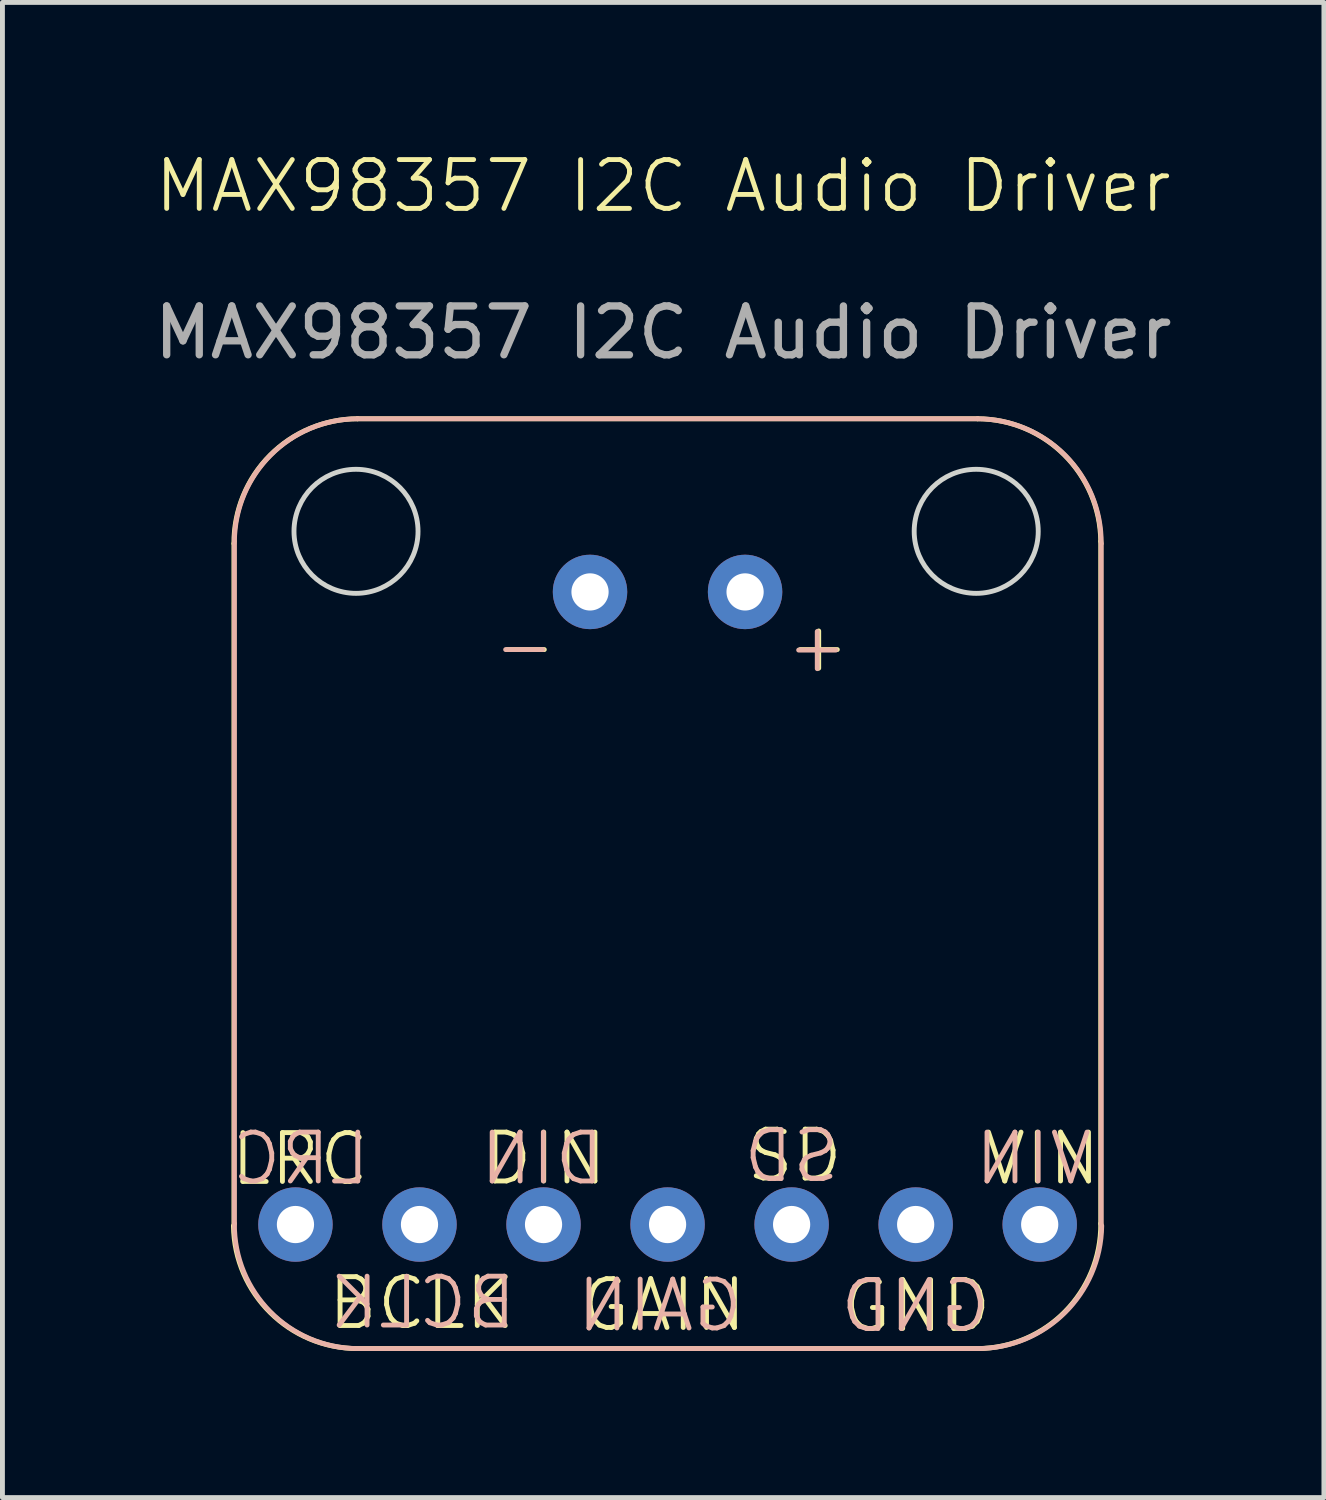
<source format=kicad_pcb>
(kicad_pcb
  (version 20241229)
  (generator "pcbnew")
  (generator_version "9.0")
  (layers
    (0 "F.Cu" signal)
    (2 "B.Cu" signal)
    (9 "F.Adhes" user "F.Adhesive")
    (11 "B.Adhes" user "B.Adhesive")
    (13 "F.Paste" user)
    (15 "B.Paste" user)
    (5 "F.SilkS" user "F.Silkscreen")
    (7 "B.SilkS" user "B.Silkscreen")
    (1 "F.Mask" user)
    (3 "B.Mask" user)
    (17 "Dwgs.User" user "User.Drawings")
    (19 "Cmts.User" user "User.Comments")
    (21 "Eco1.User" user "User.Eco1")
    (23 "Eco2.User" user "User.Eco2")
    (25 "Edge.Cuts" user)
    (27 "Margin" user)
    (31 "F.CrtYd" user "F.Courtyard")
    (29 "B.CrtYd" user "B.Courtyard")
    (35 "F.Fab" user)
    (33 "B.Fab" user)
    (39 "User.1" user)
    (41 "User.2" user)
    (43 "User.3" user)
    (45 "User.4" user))
  (footprint "MAX98357 I2C Audio Driver"
    (layer "F.Cu")
    (at 10.53 1.26)
    (property "Reference" "MAX98357 I2C Audio Driver" (at 0 -0.5 0) (unlocked yes) (layer "F.SilkS") (effects (font (size 1 1) (thickness 0.1))))
    (attr through_hole)
    (fp_line (start -8.79 20.79) (end -8.79 6.82) (stroke (width 0.1) (type solid)) (layer "F.SilkS"))
    (fp_line (start -6.26 4.265) (end 6.44 4.265) (stroke (width 0.1) (type solid)) (layer "F.SilkS"))
    (fp_line (start 6.44 23.305) (end -6.26 23.305) (stroke (width 0.1) (type solid)) (layer "F.SilkS"))
    (fp_line (start 8.96 6.775) (end 8.96 20.745) (stroke (width 0.1) (type solid)) (layer "F.SilkS"))
    (fp_arc (start -8.789975 6.819999) (mid -8.054881 5.017795) (end -6.26 4.265001) (stroke (width 0.1) (type solid)) (layer "F.SilkS"))
    (fp_arc (start -6.26 23.305) (mid -8.045381 22.568144) (end -8.799816 20.79012) (stroke (width 0.1) (type solid)) (layer "F.SilkS"))
    (fp_arc (start 6.44 4.264918) (mid 8.213763 5.004166) (end 8.959999 6.775) (stroke (width 0.1) (type solid)) (layer "F.SilkS"))
    (fp_arc (start 8.959999 20.745) (mid 8.230192 22.546908) (end 6.439998 23.304999) (stroke (width 0.1) (type solid)) (layer "F.SilkS"))
    (fp_line (start -8.78 20.745) (end -8.78 6.775) (stroke (width 0.1) (type solid)) (layer "B.SilkS"))
    (fp_line (start -6.26 4.265) (end 6.44 4.265) (stroke (width 0.1) (type solid)) (layer "B.SilkS"))
    (fp_line (start 6.44 23.305) (end -6.26 23.305) (stroke (width 0.1) (type solid)) (layer "B.SilkS"))
    (fp_line (start 8.97 6.82) (end 8.97 20.79) (stroke (width 0.1) (type solid)) (layer "B.SilkS"))
    (fp_arc (start -8.779999 6.775) (mid -8.033763 5.004166) (end -6.26 4.264918) (stroke (width 0.1) (type solid)) (layer "B.SilkS"))
    (fp_arc (start -6.259998 23.304999) (mid -8.050192 22.546909) (end -8.779999 20.745) (stroke (width 0.1) (type solid)) (layer "B.SilkS"))
    (fp_arc (start 6.44 4.265001) (mid 8.23488 5.017796) (end 8.969975 6.819999) (stroke (width 0.1) (type solid)) (layer "B.SilkS"))
    (fp_arc (start 8.979816 20.79012) (mid 8.225381 22.568144) (end 6.44 23.305) (stroke (width 0.1) (type solid)) (layer "B.SilkS"))
    (fp_circle (center -6.29 6.57) (end -5.02 6.57) (stroke (width 0.1) (type default)) (fill no) (layer "Edge.Cuts"))
    (fp_circle (center 6.41 6.57) (end 7.68 6.57) (stroke (width 0.1) (type default)) (fill no) (layer "Edge.Cuts"))
    (fp_text user "SD" (at 1.65 19.94 0) (unlocked yes) (layer "F.SilkS") (effects (font (size 1 1) (thickness 0.1)) (justify left bottom)))
    (fp_text user "BCLK" (at -6.92 22.96 0) (unlocked yes) (layer "F.SilkS") (effects (font (size 1 1) (thickness 0.1)) (justify left bottom)))
    (fp_text user "DIN" (at -3.75 20 0) (unlocked yes) (layer "F.SilkS") (effects (font (size 1 1) (thickness 0.1)) (justify left bottom)))
    (fp_text user "GAIN" (at -1.75 23 0) (unlocked yes) (layer "F.SilkS") (effects (font (size 1 1) (thickness 0.1)) (justify left bottom)))
    (fp_text user "-" (at -3.5 9.5 0) (unlocked yes) (layer "F.SilkS") (effects (font (size 1 1) (thickness 0.1)) (justify left bottom)))
    (fp_text user "LRC" (at -8.91 20.01 0) (unlocked yes) (layer "F.SilkS") (effects (font (size 1 1) (thickness 0.1)) (justify left bottom)))
    (fp_text user "VIN" (at 6.5 20 0) (unlocked yes) (layer "F.SilkS") (effects (font (size 1 1) (thickness 0.1)) (justify left bottom)))
    (fp_text user "+" (at 2.5 9.5 0) (unlocked yes) (layer "F.SilkS") (effects (font (size 1 1) (thickness 0.1)) (justify left bottom)))
    (fp_text user "GND" (at 3.6 23.02 0) (unlocked yes) (layer "F.SilkS") (effects (font (size 1 1) (thickness 0.1)) (justify left bottom)))
    (fp_text user "DIN" (at -1.15 20 0) (unlocked yes) (layer "B.SilkS") (effects (font (size 1 1) (thickness 0.1)) (justify left bottom mirror)))
    (fp_text user "LRC" (at -5.95 20 0) (unlocked yes) (layer "B.SilkS") (effects (font (size 1 1) (thickness 0.1)) (justify left bottom mirror)))
    (fp_text user "-" (at -2.16 9.5 0) (unlocked yes) (layer "B.SilkS") (effects (font (size 1 1) (thickness 0.1)) (justify left bottom mirror)))
    (fp_text user "BCLK" (at -2.95 22.95 0) (unlocked yes) (layer "B.SilkS") (effects (font (size 1 1) (thickness 0.1)) (justify left bottom mirror)))
    (fp_text user "SD" (at 3.67 19.95 0) (unlocked yes) (layer "B.SilkS") (effects (font (size 1 1) (thickness 0.1)) (justify left bottom mirror)))
    (fp_text user "GND" (at 6.75 23.02 0) (unlocked yes) (layer "B.SilkS") (effects (font (size 1 1) (thickness 0.1)) (justify left bottom mirror)))
    (fp_text user "GAIN" (at 1.69 23.01 0) (unlocked yes) (layer "B.SilkS") (effects (font (size 1 1) (thickness 0.1)) (justify left bottom mirror)))
    (fp_text user "+" (at 3.84 9.51 0) (unlocked yes) (layer "B.SilkS") (effects (font (size 1 1) (thickness 0.1)) (justify left bottom mirror)))
    (fp_text user "VIN" (at 8.84 20 0) (unlocked yes) (layer "B.SilkS") (effects (font (size 1 1) (thickness 0.1)) (justify left bottom mirror)))
    (fp_text user "${REFERENCE}" (at 0 2.5 0) (unlocked yes) (layer "F.Fab") (effects (font (size 1 1) (thickness 0.15))))
    (pad "+" thru_hole circle (at 1.677 7.811) (size 1.524 1.524) (drill 0.762) (layers "*.Cu" "*.Mask"))
    (pad "-" thru_hole circle (at -1.498 7.811) (size 1.524 1.524) (drill 0.762) (layers "*.Cu" "*.Mask"))
    (pad "BCLK" thru_hole circle (at -4.99 20.765) (size 1.524 1.524) (drill 0.762) (layers "*.Cu" "*.Mask"))
    (pad "DIN" thru_hole circle (at -2.45 20.765) (size 1.524 1.524) (drill 0.762) (layers "*.Cu" "*.Mask"))
    (pad "GAIN" thru_hole circle (at 0.09 20.765) (size 1.524 1.524) (drill 0.762) (layers "*.Cu" "*.Mask"))
    (pad "GND" thru_hole circle (at 5.17 20.765) (size 1.524 1.524) (drill 0.762) (layers "*.Cu" "*.Mask"))
    (pad "LRC" thru_hole circle (at -7.53 20.765) (size 1.524 1.524) (drill 0.762) (layers "*.Cu" "*.Mask"))
    (pad "SD" thru_hole circle (at 2.63 20.765) (size 1.524 1.524) (drill 0.762) (layers "*.Cu" "*.Mask"))
    (pad "VIN" thru_hole circle (at 7.71 20.765) (size 1.524 1.524) (drill 0.762) (layers "*.Cu" "*.Mask")))
  (gr_rect
    (start -3 -3)
    (end 24.06 27.616)
    (stroke (width 0.1) (type default))
    (fill no)
    (layer "Edge.Cuts")))
</source>
